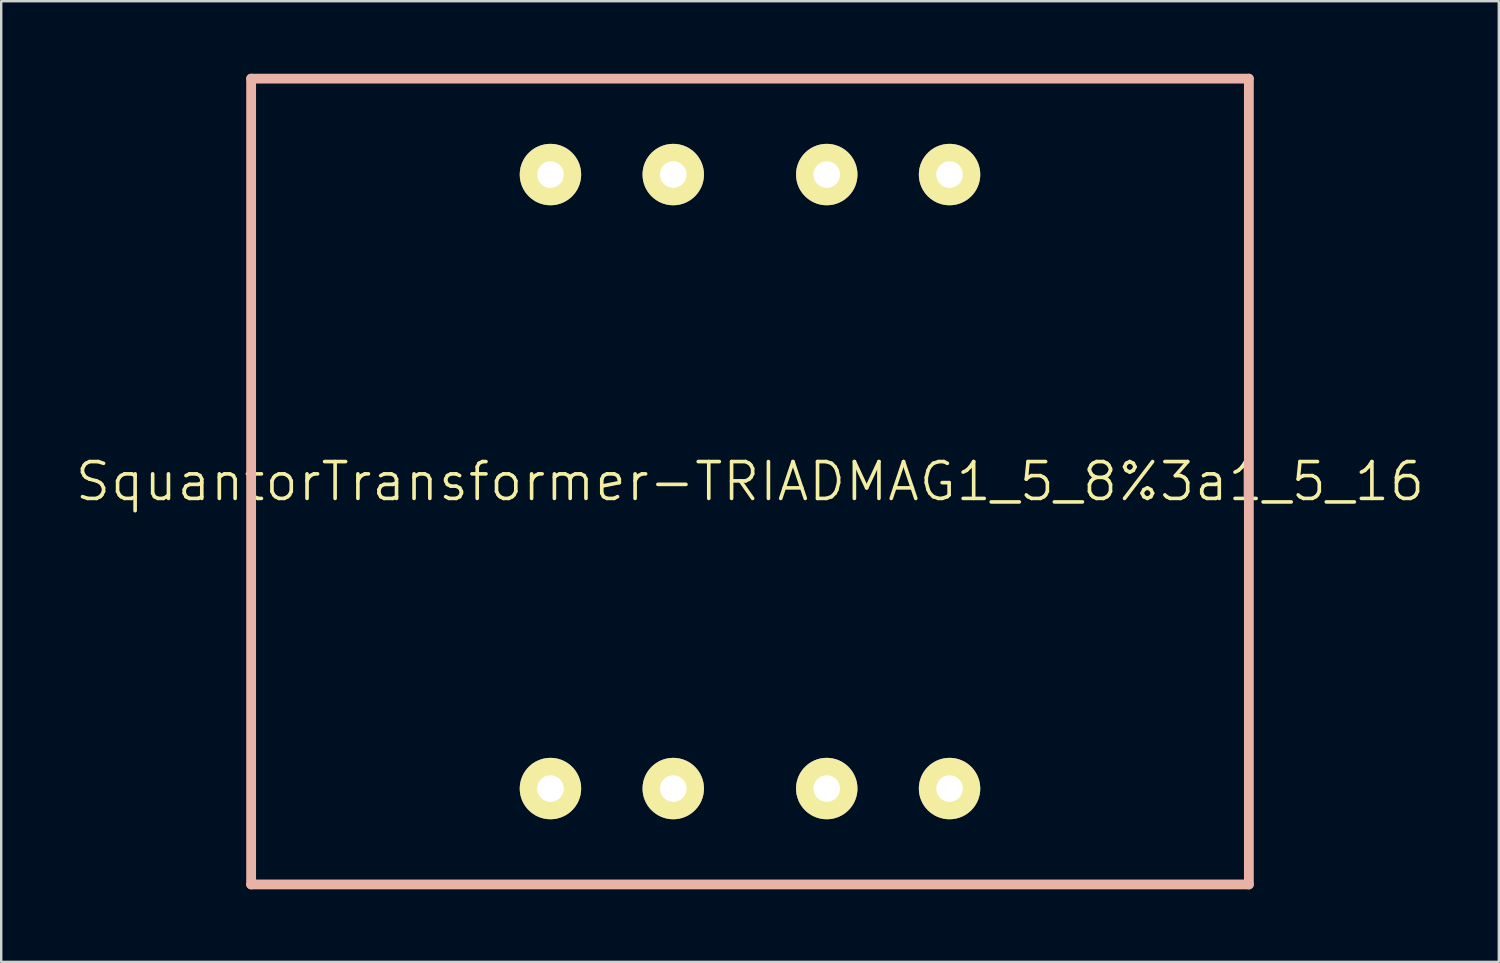
<source format=kicad_pcb>
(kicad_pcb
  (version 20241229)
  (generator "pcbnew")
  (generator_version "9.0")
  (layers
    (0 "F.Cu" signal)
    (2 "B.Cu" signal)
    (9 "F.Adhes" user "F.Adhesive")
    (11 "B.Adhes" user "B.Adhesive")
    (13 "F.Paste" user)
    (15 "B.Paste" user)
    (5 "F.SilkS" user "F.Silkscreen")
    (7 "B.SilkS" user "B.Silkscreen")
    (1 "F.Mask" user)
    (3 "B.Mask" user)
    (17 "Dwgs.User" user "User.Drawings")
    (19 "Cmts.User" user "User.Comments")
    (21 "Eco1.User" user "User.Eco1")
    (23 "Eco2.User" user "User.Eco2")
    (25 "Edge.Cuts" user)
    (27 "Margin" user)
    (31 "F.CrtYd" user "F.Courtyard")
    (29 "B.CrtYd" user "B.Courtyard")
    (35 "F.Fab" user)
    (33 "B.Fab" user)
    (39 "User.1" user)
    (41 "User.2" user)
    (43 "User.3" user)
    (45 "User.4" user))
  (footprint "SquantorTransformer-TRIADMAG1_5_8%3a1_5_16"
    (layer "F.Cu")
    (at 27.976 16.871)
    (property "Reference" "SquantorTransformer-TRIADMAG1_5_8%3a1_5_16" (at 0 0 0) (layer "F.SilkS") (effects (font (size 1.524 1.524) (thickness 0.15))))
    (attr exclude_from_pos_files exclude_from_bom)
    (fp_line (start -20.637 -16.667) (end 20.637 -16.667) (stroke (width 0.406) (type solid)) (layer "B.SilkS"))
    (fp_line (start -20.637 16.667) (end -20.637 -16.667) (stroke (width 0.406) (type solid)) (layer "B.SilkS"))
    (fp_line (start 20.637 -16.667) (end 20.637 16.667) (stroke (width 0.406) (type solid)) (layer "B.SilkS"))
    (fp_line (start 20.637 16.667) (end -20.637 16.667) (stroke (width 0.406) (type solid)) (layer "B.SilkS"))
    (pad "PRI1" thru_hole circle (at 3.175 -12.7) (size 2.54 2.54) (drill 1.1) (layers "*.Cu" "F.Mask" "F.SilkS" "F.Paste"))
    (pad "PRI1" thru_hole circle (at 8.255 -12.7) (size 2.54 2.54) (drill 1.1) (layers "*.Cu" "F.Mask" "F.SilkS" "F.Paste"))
    (pad "PRI2" thru_hole circle (at -8.255 -12.7) (size 2.54 2.54) (drill 1.1) (layers "*.Cu" "F.Mask" "F.SilkS" "F.Paste"))
    (pad "PRI2" thru_hole circle (at -3.175 -12.7) (size 2.54 2.54) (drill 1.1) (layers "*.Cu" "F.Mask" "F.SilkS" "F.Paste"))
    (pad "SEC1" thru_hole circle (at 3.175 12.7) (size 2.54 2.54) (drill 1.1) (layers "*.Cu" "F.Mask" "F.SilkS" "F.Paste"))
    (pad "SEC1" thru_hole circle (at 8.255 12.7) (size 2.54 2.54) (drill 1.1) (layers "*.Cu" "F.Mask" "F.SilkS" "F.Paste"))
    (pad "SEC2" thru_hole circle (at -8.255 12.7) (size 2.54 2.54) (drill 1.1) (layers "*.Cu" "F.Mask" "F.SilkS" "F.Paste"))
    (pad "SEC2" thru_hole circle (at -3.175 12.7) (size 2.54 2.54) (drill 1.1) (layers "*.Cu" "F.Mask" "F.SilkS" "F.Paste")))
  (gr_rect
    (start -3 -3)
    (end 58.953 36.741)
    (stroke (width 0.1) (type default))
    (fill no)
    (layer "Edge.Cuts")))
</source>
